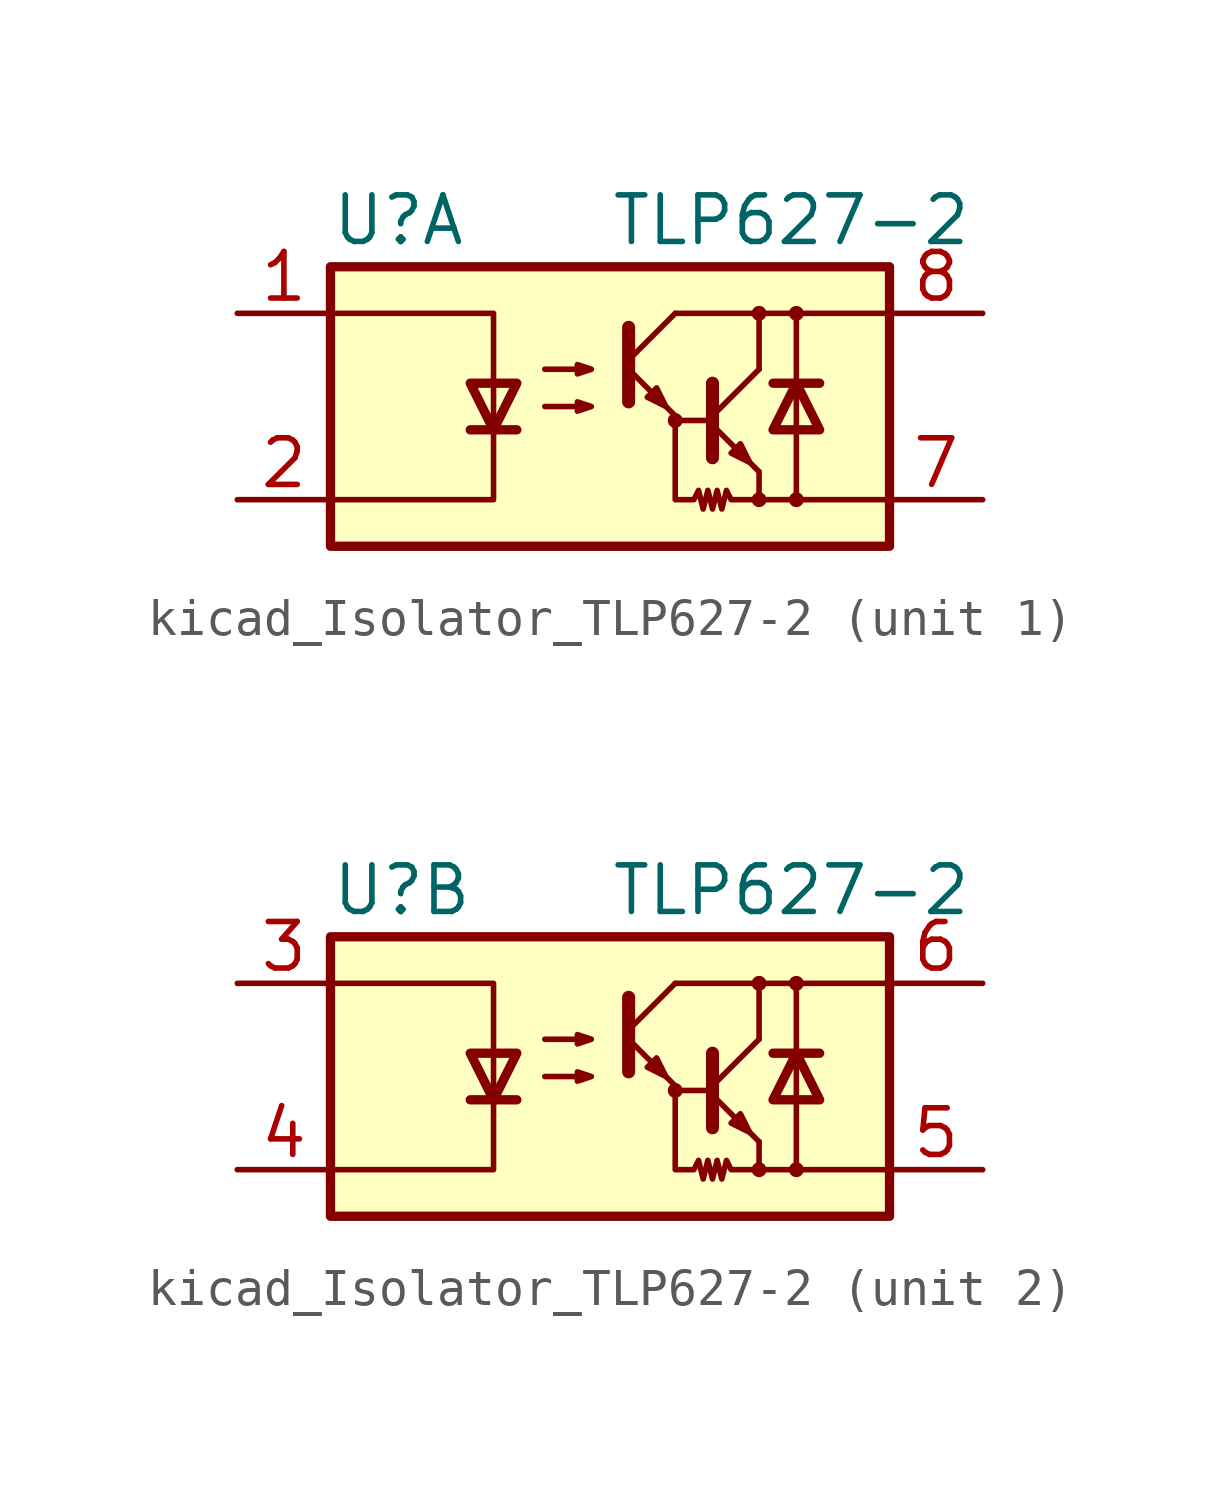
<source format=kicad_sym>
(kicad_symbol_lib
  (version 20220914)
  (generator kicad_symbol_editor)
  (symbol "kicad_Isolator_TLP627-2"
    (pin_names
      (offset 1.016))
    (property "Reference" "U"
      (at -7.62 5.08 0)
      (effects (font (size 1.27 1.27)) (justify left)))
    (property "Value" "TLP627-2"
      (at 0 5.08 0)
      (effects (font (size 1.27 1.27)) (justify left)))
    (symbol "kicad_Isolator_TLP627-2_0_1"
      (rectangle (start -7.62 3.81) (end 7.62 -3.81) (stroke (width 0.254) (type default)) (fill (type background)))
      (polyline (pts (xy -3.81 -0.635) (xy -2.54 -0.635)) (stroke (width 0.254) (type default)) (fill (type none)))
      (polyline (pts (xy 0.508 1.016) (xy 1.778 -0.254)) (stroke (width 0) (type default)) (fill (type none)))
      (polyline (pts (xy 0.508 1.27) (xy 1.778 2.54)) (stroke (width 0) (type default)) (fill (type none)))
      (polyline (pts (xy 0.508 2.159) (xy 0.508 0.127)) (stroke (width 0.356) (type default)) (fill (type none)))
      (polyline (pts (xy 1.778 2.54) (xy 7.62 2.54)) (stroke (width 0) (type default)) (fill (type none)))
      (polyline (pts (xy 2.794 -0.508) (xy 4.064 -1.778)) (stroke (width 0) (type default)) (fill (type none)))
      (polyline (pts (xy 2.794 -0.381) (xy 1.778 -0.381)) (stroke (width 0) (type default)) (fill (type none)))
      (polyline (pts (xy 2.794 -0.254) (xy 4.064 1.016)) (stroke (width 0) (type default)) (fill (type none)))
      (polyline (pts (xy 4.064 -2.54) (xy 7.62 -2.54)) (stroke (width 0) (type default)) (fill (type none)))
      (polyline (pts (xy 4.064 -1.778) (xy 4.064 -2.54)) (stroke (width 0) (type default)) (fill (type none)))
      (polyline (pts (xy 4.064 1.016) (xy 4.064 2.54)) (stroke (width 0) (type default)) (fill (type none)))
      (polyline (pts (xy 4.445 0.635) (xy 5.715 0.635)) (stroke (width 0.254) (type default)) (fill (type none)))
      (polyline (pts (xy 5.08 0.635) (xy 5.08 -2.54)) (stroke (width 0) (type default)) (fill (type none)))
      (polyline (pts (xy 5.08 0.635) (xy 5.08 2.54)) (stroke (width 0) (type default)) (fill (type none)))
      (polyline (pts (xy -7.62 2.54) (xy -3.175 2.54) (xy -3.175 -0.762)) (stroke (width 0) (type default)) (fill (type none)))
      (polyline (pts (xy -3.175 -0.635) (xy -3.175 -2.54) (xy -7.62 -2.54)) (stroke (width 0) (type default)) (fill (type none)))
      (polyline (pts (xy 2.794 0.635) (xy 2.794 -1.397) (xy 2.794 -1.397)) (stroke (width 0.356) (type default)) (fill (type none)))
      (polyline (pts (xy -3.175 -0.635) (xy -3.81 0.635) (xy -2.54 0.635) (xy -3.175 -0.635)) (stroke (width 0.254) (type default)) (fill (type none)))
      (polyline (pts (xy 1.524 0) (xy 1.27 0.508) (xy 1.016 0.254) (xy 1.524 0)) (stroke (width 0) (type default)) (fill (type none)))
      (polyline (pts (xy 3.81 -1.524) (xy 3.556 -1.016) (xy 3.302 -1.27) (xy 3.81 -1.524)) (stroke (width 0) (type default)) (fill (type none)))
      (polyline (pts (xy 5.08 0.635) (xy 4.445 -0.635) (xy 5.715 -0.635) (xy 5.08 0.635)) (stroke (width 0.254) (type default)) (fill (type none)))
      (polyline (pts (xy -1.778 0) (xy -0.508 0) (xy -0.889 -0.127) (xy -0.889 0.127) (xy -0.508 0)) (stroke (width 0) (type default)) (fill (type none)))
      (polyline (pts (xy -1.778 1.016) (xy -0.508 1.016) (xy -0.889 0.889) (xy -0.889 1.143) (xy -0.508 1.016)) (stroke (width 0) (type default)) (fill (type none)))
      (polyline (pts (xy 1.778 -0.254) (xy 1.778 -2.54) (xy 2.286 -2.54) (xy 2.413 -2.286) (xy 2.54 -2.794) (xy 2.667 -2.286) (xy 2.794 -2.794) (xy 2.921 -2.286) (xy 3.048 -2.794) (xy 3.175 -2.286) (xy 3.302 -2.54) (xy 4.064 -2.54)) (stroke (width 0) (type default)) (fill (type none)))
      (circle (center 1.778 -0.381) (radius 0.127) (stroke (width 0) (type default)) (fill (type none)))
      (circle (center 4.064 -2.54) (radius 0.127) (stroke (width 0) (type default)) (fill (type none)))
      (circle (center 4.064 2.54) (radius 0.127) (stroke (width 0) (type default)) (fill (type none)))
      (circle (center 5.08 -2.54) (radius 0.127) (stroke (width 0) (type default)) (fill (type none)))
      (circle (center 5.08 2.54) (radius 0.127) (stroke (width 0) (type default)) (fill (type none))))
    (symbol "kicad_Isolator_TLP627-2_1_1"
      (pin passive line (at -10.16 2.54 0) (length 2.54) (name "~" (effects (font (size 1.27 1.27)))) (number "1" (effects (font (size 1.27 1.27)))))
      (pin passive line (at -10.16 -2.54 0) (length 2.54) (name "~" (effects (font (size 1.27 1.27)))) (number "2" (effects (font (size 1.27 1.27)))))
      (pin passive line (at 10.16 -2.54 180) (length 2.54) (name "~" (effects (font (size 1.27 1.27)))) (number "7" (effects (font (size 1.27 1.27)))))
      (pin passive line (at 10.16 2.54 180) (length 2.54) (name "~" (effects (font (size 1.27 1.27)))) (number "8" (effects (font (size 1.27 1.27))))))
    (symbol "kicad_Isolator_TLP627-2_2_1"
      (pin passive line (at -10.16 2.54 0) (length 2.54) (name "~" (effects (font (size 1.27 1.27)))) (number "3" (effects (font (size 1.27 1.27)))))
      (pin passive line (at -10.16 -2.54 0) (length 2.54) (name "~" (effects (font (size 1.27 1.27)))) (number "4" (effects (font (size 1.27 1.27)))))
      (pin passive line (at 10.16 -2.54 180) (length 2.54) (name "~" (effects (font (size 1.27 1.27)))) (number "5" (effects (font (size 1.27 1.27)))))
      (pin passive line (at 10.16 2.54 180) (length 2.54) (name "~" (effects (font (size 1.27 1.27)))) (number "6" (effects (font (size 1.27 1.27))))))))
</source>
